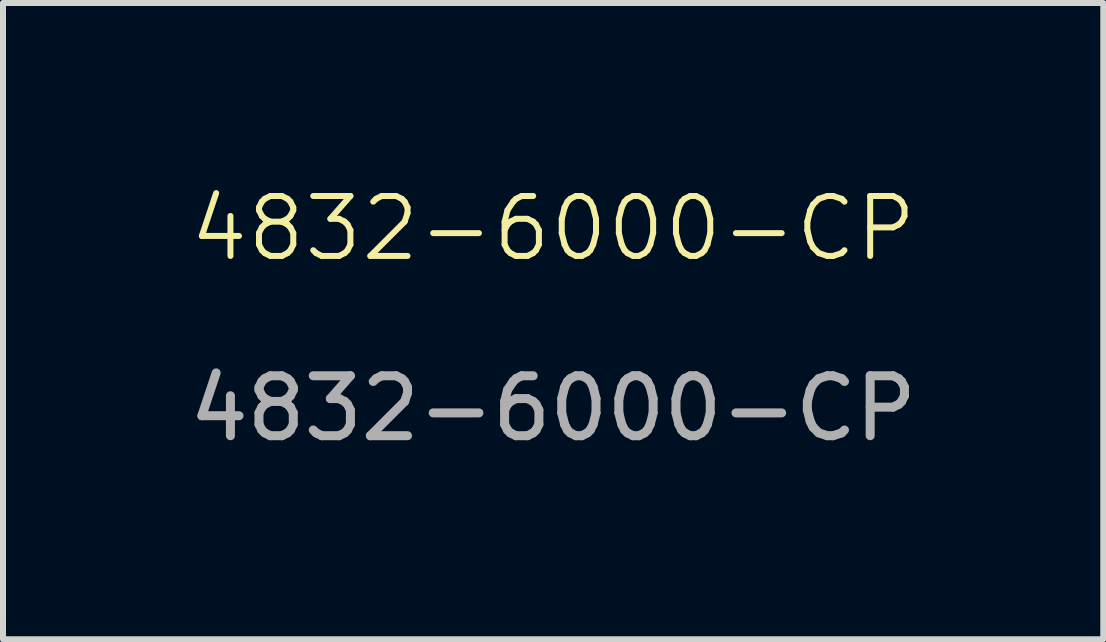
<source format=kicad_pcb>
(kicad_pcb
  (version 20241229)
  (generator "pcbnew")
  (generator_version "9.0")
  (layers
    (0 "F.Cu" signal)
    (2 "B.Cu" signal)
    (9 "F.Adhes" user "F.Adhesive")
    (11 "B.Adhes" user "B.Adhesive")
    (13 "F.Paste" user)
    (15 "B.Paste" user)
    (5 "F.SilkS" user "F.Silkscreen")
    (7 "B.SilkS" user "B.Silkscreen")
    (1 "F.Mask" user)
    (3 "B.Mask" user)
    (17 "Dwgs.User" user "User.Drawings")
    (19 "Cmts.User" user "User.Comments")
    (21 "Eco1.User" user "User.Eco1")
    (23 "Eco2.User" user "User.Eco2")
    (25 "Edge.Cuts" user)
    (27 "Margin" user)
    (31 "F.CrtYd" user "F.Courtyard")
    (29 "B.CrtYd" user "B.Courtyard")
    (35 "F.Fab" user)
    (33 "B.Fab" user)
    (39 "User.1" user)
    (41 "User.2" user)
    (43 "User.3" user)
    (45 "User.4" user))
  (footprint "4832-6000-CP"
    (layer "F.Cu")
    (at 6.173 1.26)
    (property "Reference" "4832-6000-CP" (at 0 -0.5 0) (unlocked yes) (layer "F.SilkS") (effects (font (size 1 1) (thickness 0.1))))
    (attr through_hole)
    (fp_text user "${REFERENCE}" (at 0 2.5 0) (unlocked yes) (layer "F.Fab") (effects (font (size 1 1) (thickness 0.15)))))
  (gr_rect
    (start -3 -3)
    (end 15.345 7.609)
    (stroke (width 0.1) (type default))
    (fill no)
    (layer "Edge.Cuts")))
</source>
